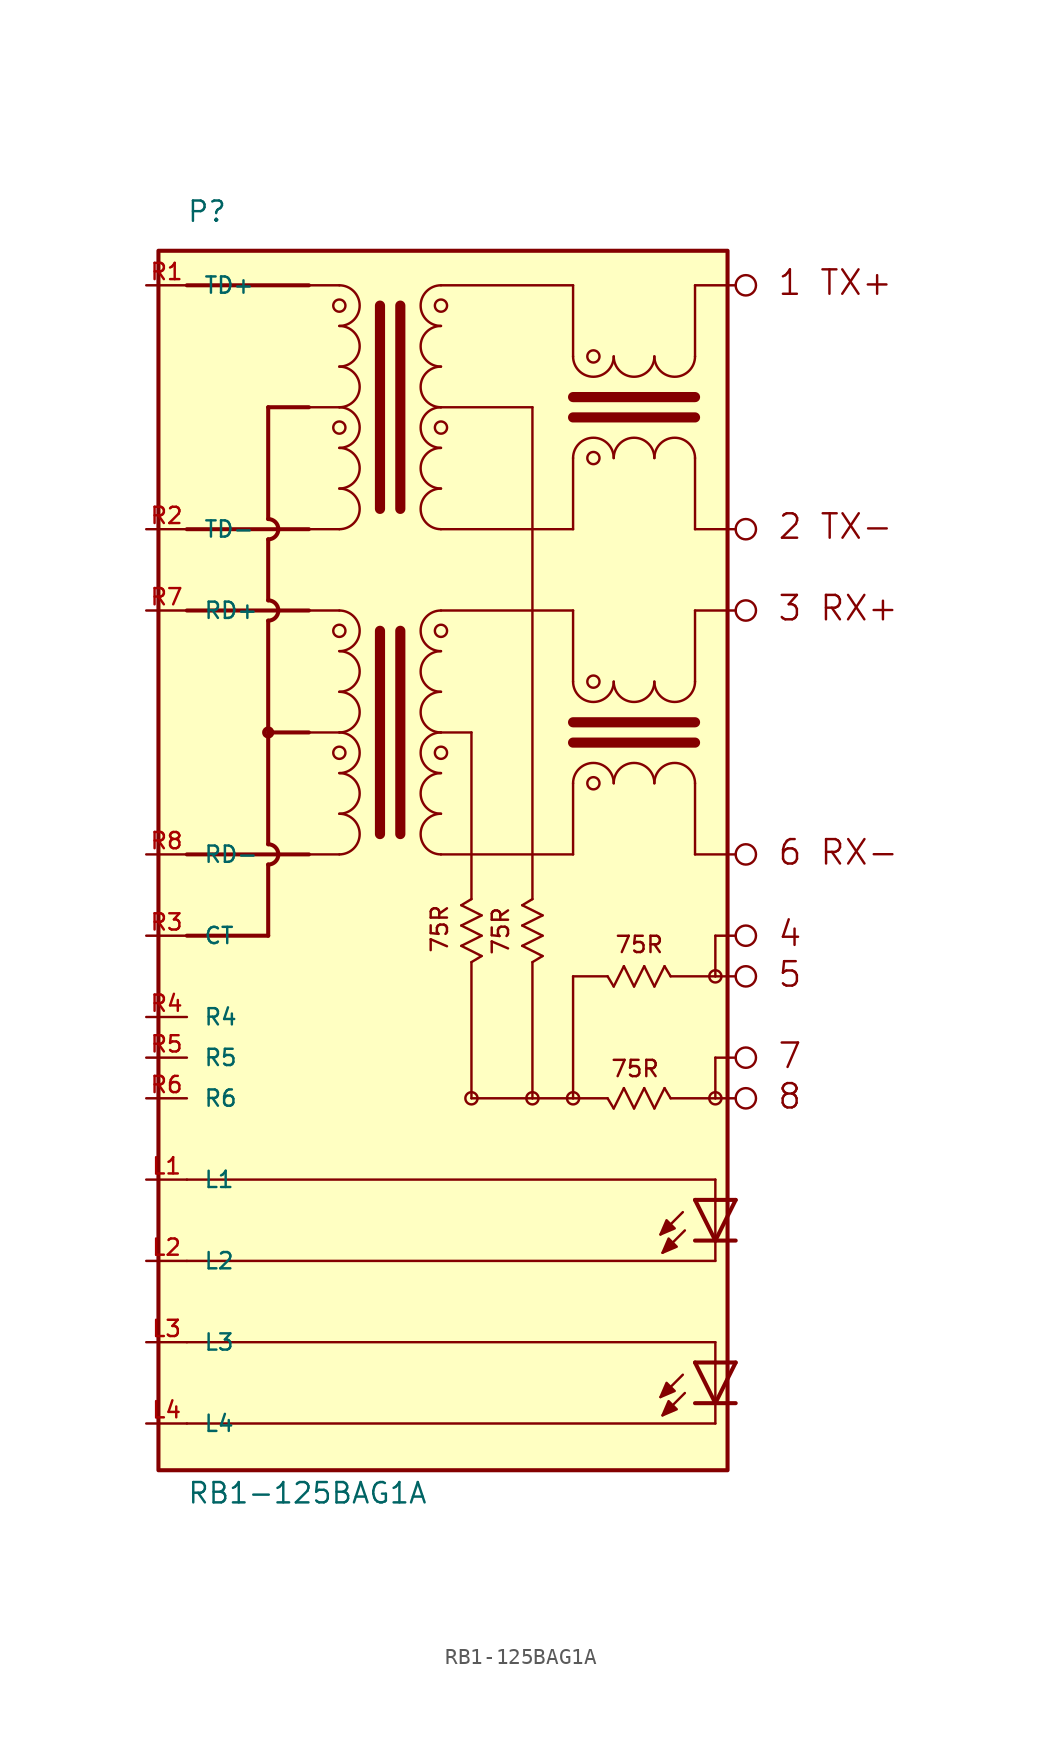
<source format=kicad_sym>
(kicad_symbol_lib
  (version 20241209)
  (generator "kicad_symbol_editor")
  (generator_version "9.0")
  (symbol "RB1-125BAG1A"
    (pin_names
      (offset 1.016))
    (property "Reference" "P"
      (at -17.805 39.426 0)
      (effects (font (size 1.27 1.27)) (justify left bottom)))
    (property "Value" "RB1-125BAG1A"
      (at -17.785 -40.652 0)
      (effects (font (size 1.27 1.27)) (justify left bottom)))
    (symbol "RB1-125BAG1A_0_0"
      (rectangle (start -19.558 -38.481) (end 16.002 37.719) (stroke (width 0.254) (type default)) (fill (type background)))
      (polyline (pts (xy -17.78 35.56) (xy -10.16 35.56)) (stroke (width 0.254) (type default)) (fill (type none)))
      (polyline (pts (xy -17.78 20.32) (xy -12.065 20.32)) (stroke (width 0.254) (type default)) (fill (type none)))
      (polyline (pts (xy -17.78 15.24) (xy -12.065 15.24)) (stroke (width 0.254) (type default)) (fill (type none)))
      (polyline (pts (xy -17.78 0) (xy -12.065 0)) (stroke (width 0.254) (type default)) (fill (type none)))
      (polyline (pts (xy -17.78 -20.32) (xy 15.24 -20.32)) (stroke (width 0.152) (type default)) (fill (type none)))
      (polyline (pts (xy -17.78 -25.4) (xy 15.24 -25.4)) (stroke (width 0.152) (type default)) (fill (type none)))
      (polyline (pts (xy -17.78 -30.48) (xy 15.24 -30.48)) (stroke (width 0.152) (type default)) (fill (type none)))
      (polyline (pts (xy -17.78 -35.56) (xy 15.24 -35.56)) (stroke (width 0.152) (type default)) (fill (type none)))
      (polyline (pts (xy -12.7 27.94) (xy -12.7 20.955)) (stroke (width 0.254) (type default)) (fill (type none)))
      (arc (start -12.7 20.955) (mid -12.251 20.769) (end -12.065 20.32) (stroke (width 0.254) (type default)) (fill (type none)))
      (arc (start -12.065 20.32) (mid -12.251 19.871) (end -12.7 19.685) (stroke (width 0.254) (type default)) (fill (type none)))
      (polyline (pts (xy -12.7 19.685) (xy -12.7 15.875)) (stroke (width 0.254) (type default)) (fill (type none)))
      (arc (start -12.7 15.875) (mid -12.251 15.689) (end -12.065 15.24) (stroke (width 0.254) (type default)) (fill (type none)))
      (arc (start -12.065 15.24) (mid -12.251 14.791) (end -12.7 14.605) (stroke (width 0.254) (type default)) (fill (type none)))
      (polyline (pts (xy -12.7 14.605) (xy -12.7 0.635)) (stroke (width 0.254) (type default)) (fill (type none)))
      (circle (center -12.7 7.62) (radius 0.254) (stroke (width 0.254) (type default)) (fill (type none)))
      (arc (start -12.7 0.635) (mid -12.251 0.449) (end -12.065 0) (stroke (width 0.254) (type default)) (fill (type none)))
      (arc (start -12.065 0) (mid -12.251 -0.449) (end -12.7 -0.635) (stroke (width 0.254) (type default)) (fill (type none)))
      (polyline (pts (xy -12.7 -0.635) (xy -12.7 -5.08)) (stroke (width 0.254) (type default)) (fill (type none)))
      (polyline (pts (xy -12.7 -5.08) (xy -17.78 -5.08)) (stroke (width 0.254) (type default)) (fill (type none)))
      (polyline (pts (xy -12.065 20.32) (xy -10.16 20.32)) (stroke (width 0.254) (type default)) (fill (type none)))
      (polyline (pts (xy -12.065 15.24) (xy -10.16 15.24)) (stroke (width 0.254) (type default)) (fill (type none)))
      (polyline (pts (xy -12.065 0) (xy -10.16 0)) (stroke (width 0.254) (type default)) (fill (type none)))
      (polyline (pts (xy -10.16 35.56) (xy -8.255 35.56)) (stroke (width 0.152) (type default)) (fill (type none)))
      (polyline (pts (xy -10.16 27.94) (xy -12.7 27.94)) (stroke (width 0.254) (type default)) (fill (type none)))
      (polyline (pts (xy -10.16 27.94) (xy -8.255 27.94)) (stroke (width 0.152) (type default)) (fill (type none)))
      (polyline (pts (xy -10.16 20.32) (xy -8.255 20.32)) (stroke (width 0.152) (type default)) (fill (type none)))
      (polyline (pts (xy -10.16 15.24) (xy -8.255 15.24)) (stroke (width 0.152) (type default)) (fill (type none)))
      (polyline (pts (xy -10.16 7.62) (xy -12.7 7.62)) (stroke (width 0.254) (type default)) (fill (type none)))
      (polyline (pts (xy -10.16 7.62) (xy -8.255 7.62)) (stroke (width 0.152) (type default)) (fill (type none)))
      (polyline (pts (xy -10.16 0) (xy -8.255 0)) (stroke (width 0.152) (type default)) (fill (type none)))
      (arc (start -8.255 35.56) (mid -6.9905 34.29) (end -8.255 33.02) (stroke (width 0.1524) (type default)) (fill (type none)))
      (arc (start -8.255 33.02) (mid -6.9905 31.75) (end -8.255 30.48) (stroke (width 0.1524) (type default)) (fill (type none)))
      (arc (start -8.255 30.48) (mid -6.9905 29.21) (end -8.255 27.94) (stroke (width 0.1524) (type default)) (fill (type none)))
      (arc (start -8.255 27.94) (mid -6.9905 26.67) (end -8.255 25.4) (stroke (width 0.1524) (type default)) (fill (type none)))
      (arc (start -8.255 25.4) (mid -6.9905 24.13) (end -8.255 22.86) (stroke (width 0.1524) (type default)) (fill (type none)))
      (arc (start -8.255 22.86) (mid -6.9905 21.59) (end -8.255 20.32) (stroke (width 0.1524) (type default)) (fill (type none)))
      (arc (start -8.255 15.24) (mid -6.9905 13.97) (end -8.255 12.7) (stroke (width 0.1524) (type default)) (fill (type none)))
      (arc (start -8.255 12.7) (mid -6.9905 11.43) (end -8.255 10.16) (stroke (width 0.1524) (type default)) (fill (type none)))
      (arc (start -8.255 10.16) (mid -6.9905 8.89) (end -8.255 7.62) (stroke (width 0.1524) (type default)) (fill (type none)))
      (arc (start -8.255 7.62) (mid -6.9905 6.35) (end -8.255 5.08) (stroke (width 0.1524) (type default)) (fill (type none)))
      (arc (start -8.255 5.08) (mid -6.9905 3.81) (end -8.255 2.54) (stroke (width 0.1524) (type default)) (fill (type none)))
      (arc (start -8.255 2.54) (mid -6.9905 1.27) (end -8.255 0) (stroke (width 0.1524) (type default)) (fill (type none)))
      (circle (center -8.255 34.29) (radius 0.381) (stroke (width 0) (type default)) (fill (type none)))
      (circle (center -8.255 26.67) (radius 0.381) (stroke (width 0) (type default)) (fill (type none)))
      (circle (center -8.255 13.97) (radius 0.381) (stroke (width 0) (type default)) (fill (type none)))
      (circle (center -8.255 6.35) (radius 0.381) (stroke (width 0) (type default)) (fill (type none)))
      (polyline (pts (xy -5.715 34.29) (xy -5.715 21.59)) (stroke (width 0.635) (type default)) (fill (type none)))
      (polyline (pts (xy -5.715 13.97) (xy -5.715 1.27)) (stroke (width 0.635) (type default)) (fill (type none)))
      (polyline (pts (xy -4.445 34.29) (xy -4.445 21.59)) (stroke (width 0.635) (type default)) (fill (type none)))
      (polyline (pts (xy -4.445 13.97) (xy -4.445 1.27)) (stroke (width 0.635) (type default)) (fill (type none)))
      (polyline (pts (xy -1.905 35.56) (xy 6.35 35.56)) (stroke (width 0.152) (type default)) (fill (type none)))
      (circle (center -1.905 34.29) (radius 0.381) (stroke (width 0) (type default)) (fill (type none)))
      (polyline (pts (xy -1.905 27.94) (xy 3.81 27.94)) (stroke (width 0.152) (type default)) (fill (type none)))
      (circle (center -1.905 26.67) (radius 0.381) (stroke (width 0) (type default)) (fill (type none)))
      (polyline (pts (xy -1.905 15.24) (xy 6.35 15.24)) (stroke (width 0.152) (type default)) (fill (type none)))
      (circle (center -1.905 13.97) (radius 0.381) (stroke (width 0) (type default)) (fill (type none)))
      (polyline (pts (xy -1.905 7.62) (xy 0 7.62)) (stroke (width 0.152) (type default)) (fill (type none)))
      (circle (center -1.905 6.35) (radius 0.381) (stroke (width 0) (type default)) (fill (type none)))
      (arc (start -1.905 33.02) (mid -3.1694 34.29) (end -1.905 35.56) (stroke (width 0.1524) (type default)) (fill (type none)))
      (arc (start -1.905 30.48) (mid -3.1694 31.75) (end -1.905 33.02) (stroke (width 0.1524) (type default)) (fill (type none)))
      (arc (start -1.905 27.94) (mid -3.1694 29.21) (end -1.905 30.48) (stroke (width 0.1524) (type default)) (fill (type none)))
      (arc (start -1.905 25.4) (mid -3.1694 26.67) (end -1.905 27.94) (stroke (width 0.1524) (type default)) (fill (type none)))
      (arc (start -1.905 22.86) (mid -3.1694 24.13) (end -1.905 25.4) (stroke (width 0.1524) (type default)) (fill (type none)))
      (arc (start -1.905 20.32) (mid -3.1694 21.59) (end -1.905 22.86) (stroke (width 0.1524) (type default)) (fill (type none)))
      (arc (start -1.905 12.7) (mid -3.1694 13.97) (end -1.905 15.24) (stroke (width 0.1524) (type default)) (fill (type none)))
      (arc (start -1.905 10.16) (mid -3.1694 11.43) (end -1.905 12.7) (stroke (width 0.1524) (type default)) (fill (type none)))
      (arc (start -1.905 7.62) (mid -3.1694 8.89) (end -1.905 10.16) (stroke (width 0.1524) (type default)) (fill (type none)))
      (arc (start -1.905 5.08) (mid -3.1694 6.35) (end -1.905 7.62) (stroke (width 0.1524) (type default)) (fill (type none)))
      (arc (start -1.905 2.54) (mid -3.1694 3.81) (end -1.905 5.08) (stroke (width 0.1524) (type default)) (fill (type none)))
      (arc (start -1.905 0) (mid -3.1694 1.27) (end -1.905 2.54) (stroke (width 0.1524) (type default)) (fill (type none)))
      (polyline (pts (xy -0.635 -3.175) (xy 0.635 -3.81)) (stroke (width 0.152) (type default)) (fill (type none)))
      (polyline (pts (xy -0.635 -4.445) (xy 0.635 -5.08)) (stroke (width 0.152) (type default)) (fill (type none)))
      (polyline (pts (xy -0.635 -5.715) (xy 0.635 -6.35)) (stroke (width 0.152) (type default)) (fill (type none)))
      (polyline (pts (xy 0 7.62) (xy 0 -2.794)) (stroke (width 0.152) (type default)) (fill (type none)))
      (polyline (pts (xy 0 -2.794) (xy -0.635 -3.175)) (stroke (width 0.152) (type default)) (fill (type none)))
      (polyline (pts (xy 0 -6.731) (xy 0 -15.24)) (stroke (width 0.152) (type default)) (fill (type none)))
      (polyline (pts (xy 0 -15.24) (xy 3.81 -15.24)) (stroke (width 0.152) (type default)) (fill (type none)))
      (circle (center 0 -15.24) (radius 0.381) (stroke (width 0) (type default)) (fill (type none)))
      (polyline (pts (xy 0.635 -3.81) (xy -0.635 -4.445)) (stroke (width 0.152) (type default)) (fill (type none)))
      (polyline (pts (xy 0.635 -5.08) (xy -0.635 -5.715)) (stroke (width 0.152) (type default)) (fill (type none)))
      (polyline (pts (xy 0.635 -6.35) (xy 0 -6.731)) (stroke (width 0.152) (type default)) (fill (type none)))
      (polyline (pts (xy 3.175 -3.175) (xy 4.445 -3.81)) (stroke (width 0.152) (type default)) (fill (type none)))
      (polyline (pts (xy 3.175 -4.445) (xy 4.445 -5.08)) (stroke (width 0.152) (type default)) (fill (type none)))
      (polyline (pts (xy 3.175 -5.715) (xy 4.445 -6.35)) (stroke (width 0.152) (type default)) (fill (type none)))
      (polyline (pts (xy 3.81 27.94) (xy 3.81 -2.794)) (stroke (width 0.152) (type default)) (fill (type none)))
      (polyline (pts (xy 3.81 -2.794) (xy 3.175 -3.175)) (stroke (width 0.152) (type default)) (fill (type none)))
      (polyline (pts (xy 3.81 -6.731) (xy 3.81 -15.24)) (stroke (width 0.152) (type default)) (fill (type none)))
      (polyline (pts (xy 3.81 -15.24) (xy 6.35 -15.24)) (stroke (width 0.152) (type default)) (fill (type none)))
      (circle (center 3.81 -15.24) (radius 0.381) (stroke (width 0) (type default)) (fill (type none)))
      (polyline (pts (xy 4.445 -3.81) (xy 3.175 -4.445)) (stroke (width 0.152) (type default)) (fill (type none)))
      (polyline (pts (xy 4.445 -5.08) (xy 3.175 -5.715)) (stroke (width 0.152) (type default)) (fill (type none)))
      (polyline (pts (xy 4.445 -6.35) (xy 3.81 -6.731)) (stroke (width 0.152) (type default)) (fill (type none)))
      (polyline (pts (xy 6.35 35.56) (xy 6.35 31.115)) (stroke (width 0.152) (type default)) (fill (type none)))
      (polyline (pts (xy 6.35 28.575) (xy 13.97 28.575)) (stroke (width 0.635) (type default)) (fill (type none)))
      (polyline (pts (xy 6.35 27.305) (xy 13.97 27.305)) (stroke (width 0.635) (type default)) (fill (type none)))
      (polyline (pts (xy 6.35 20.32) (xy -1.905 20.32)) (stroke (width 0.152) (type default)) (fill (type none)))
      (polyline (pts (xy 6.35 20.32) (xy 6.35 24.765)) (stroke (width 0.152) (type default)) (fill (type none)))
      (polyline (pts (xy 6.35 15.24) (xy 6.35 10.795)) (stroke (width 0.152) (type default)) (fill (type none)))
      (polyline (pts (xy 6.35 8.255) (xy 13.97 8.255)) (stroke (width 0.635) (type default)) (fill (type none)))
      (polyline (pts (xy 6.35 6.985) (xy 13.97 6.985)) (stroke (width 0.635) (type default)) (fill (type none)))
      (polyline (pts (xy 6.35 0) (xy -1.905 0)) (stroke (width 0.152) (type default)) (fill (type none)))
      (polyline (pts (xy 6.35 0) (xy 6.35 4.445)) (stroke (width 0.152) (type default)) (fill (type none)))
      (polyline (pts (xy 6.35 -7.62) (xy 6.35 -15.24)) (stroke (width 0.152) (type default)) (fill (type none)))
      (polyline (pts (xy 6.35 -15.24) (xy 8.509 -15.24)) (stroke (width 0.152) (type default)) (fill (type none)))
      (circle (center 6.35 -15.24) (radius 0.381) (stroke (width 0) (type default)) (fill (type none)))
      (arc (start 8.89 31.115) (mid 7.62 29.8505) (end 6.35 31.115) (stroke (width 0.1524) (type default)) (fill (type none)))
      (circle (center 7.62 31.115) (radius 0.381) (stroke (width 0) (type default)) (fill (type none)))
      (circle (center 7.62 24.765) (radius 0.381) (stroke (width 0) (type default)) (fill (type none)))
      (arc (start 6.35 24.765) (mid 7.62 26.0294) (end 8.89 24.765) (stroke (width 0.1524) (type default)) (fill (type none)))
      (arc (start 8.89 10.795) (mid 7.62 9.5305) (end 6.35 10.795) (stroke (width 0.1524) (type default)) (fill (type none)))
      (circle (center 7.62 10.795) (radius 0.381) (stroke (width 0) (type default)) (fill (type none)))
      (circle (center 7.62 4.445) (radius 0.381) (stroke (width 0) (type default)) (fill (type none)))
      (arc (start 6.35 4.445) (mid 7.62 5.7094) (end 8.89 4.445) (stroke (width 0.1524) (type default)) (fill (type none)))
      (polyline (pts (xy 8.509 -7.62) (xy 6.35 -7.62)) (stroke (width 0.152) (type default)) (fill (type none)))
      (polyline (pts (xy 8.509 -7.62) (xy 8.89 -8.255)) (stroke (width 0.152) (type default)) (fill (type none)))
      (polyline (pts (xy 8.509 -15.24) (xy 8.89 -15.875)) (stroke (width 0.152) (type default)) (fill (type none)))
      (polyline (pts (xy 8.89 -8.255) (xy 9.525 -6.985)) (stroke (width 0.152) (type default)) (fill (type none)))
      (polyline (pts (xy 8.89 -15.875) (xy 9.525 -14.605)) (stroke (width 0.152) (type default)) (fill (type none)))
      (polyline (pts (xy 9.525 -6.985) (xy 10.16 -8.255)) (stroke (width 0.152) (type default)) (fill (type none)))
      (polyline (pts (xy 9.525 -14.605) (xy 10.16 -15.875)) (stroke (width 0.152) (type default)) (fill (type none)))
      (arc (start 11.43 31.115) (mid 10.16 29.8505) (end 8.89 31.115) (stroke (width 0.1524) (type default)) (fill (type none)))
      (arc (start 8.89 24.765) (mid 10.16 26.0294) (end 11.43 24.765) (stroke (width 0.1524) (type default)) (fill (type none)))
      (arc (start 11.43 10.795) (mid 10.16 9.5305) (end 8.89 10.795) (stroke (width 0.1524) (type default)) (fill (type none)))
      (arc (start 8.89 4.445) (mid 10.16 5.7094) (end 11.43 4.445) (stroke (width 0.1524) (type default)) (fill (type none)))
      (polyline (pts (xy 10.16 -8.255) (xy 10.795 -6.985)) (stroke (width 0.152) (type default)) (fill (type none)))
      (polyline (pts (xy 10.16 -15.875) (xy 10.795 -14.605)) (stroke (width 0.152) (type default)) (fill (type none)))
      (polyline (pts (xy 10.795 -6.985) (xy 11.43 -8.255)) (stroke (width 0.152) (type default)) (fill (type none)))
      (polyline (pts (xy 10.795 -14.605) (xy 11.43 -15.875)) (stroke (width 0.152) (type default)) (fill (type none)))
      (polyline (pts (xy 11.43 -8.255) (xy 12.065 -6.985)) (stroke (width 0.152) (type default)) (fill (type none)))
      (polyline (pts (xy 11.43 -15.875) (xy 12.065 -14.605)) (stroke (width 0.152) (type default)) (fill (type none)))
      (polyline (pts (xy 11.811 -23.749) (xy 12.192 -22.86) (xy 12.7 -23.368) (xy 11.811 -23.749)) (stroke (width 0.152) (type default)) (fill (type outline)))
      (polyline (pts (xy 11.811 -33.909) (xy 12.192 -33.02) (xy 12.7 -33.528) (xy 11.811 -33.909)) (stroke (width 0.152) (type default)) (fill (type outline)))
      (polyline (pts (xy 11.938 -24.892) (xy 12.319 -24.003) (xy 12.827 -24.511) (xy 11.938 -24.892)) (stroke (width 0.152) (type default)) (fill (type outline)))
      (polyline (pts (xy 11.938 -35.052) (xy 12.319 -34.163) (xy 12.827 -34.671) (xy 11.938 -35.052)) (stroke (width 0.152) (type default)) (fill (type outline)))
      (polyline (pts (xy 12.065 -6.985) (xy 12.446 -7.62)) (stroke (width 0.152) (type default)) (fill (type none)))
      (polyline (pts (xy 12.065 -14.605) (xy 12.446 -15.24)) (stroke (width 0.152) (type default)) (fill (type none)))
      (polyline (pts (xy 12.446 -15.24) (xy 15.24 -15.24)) (stroke (width 0.152) (type default)) (fill (type none)))
      (arc (start 13.97 31.115) (mid 12.7 29.8505) (end 11.43 31.115) (stroke (width 0.1524) (type default)) (fill (type none)))
      (arc (start 11.43 24.765) (mid 12.7 26.0294) (end 13.97 24.765) (stroke (width 0.1524) (type default)) (fill (type none)))
      (arc (start 13.97 10.795) (mid 12.7 9.5305) (end 11.43 10.795) (stroke (width 0.1524) (type default)) (fill (type none)))
      (arc (start 11.43 4.445) (mid 12.7 5.7094) (end 13.97 4.445) (stroke (width 0.1524) (type default)) (fill (type none)))
      (polyline (pts (xy 13.208 -22.352) (xy 11.811 -23.749)) (stroke (width 0.152) (type default)) (fill (type none)))
      (polyline (pts (xy 13.208 -32.512) (xy 11.811 -33.909)) (stroke (width 0.152) (type default)) (fill (type none)))
      (polyline (pts (xy 13.335 -23.495) (xy 11.938 -24.892)) (stroke (width 0.152) (type default)) (fill (type none)))
      (polyline (pts (xy 13.335 -33.655) (xy 11.938 -35.052)) (stroke (width 0.152) (type default)) (fill (type none)))
      (polyline (pts (xy 13.97 35.56) (xy 16.51 35.56)) (stroke (width 0.152) (type default)) (fill (type none)))
      (polyline (pts (xy 13.97 31.115) (xy 13.97 35.56)) (stroke (width 0.152) (type default)) (fill (type none)))
      (polyline (pts (xy 13.97 24.765) (xy 13.97 20.32)) (stroke (width 0.152) (type default)) (fill (type none)))
      (polyline (pts (xy 13.97 20.32) (xy 16.51 20.32)) (stroke (width 0.152) (type default)) (fill (type none)))
      (polyline (pts (xy 13.97 15.24) (xy 16.51 15.24)) (stroke (width 0.152) (type default)) (fill (type none)))
      (polyline (pts (xy 13.97 10.795) (xy 13.97 15.24)) (stroke (width 0.152) (type default)) (fill (type none)))
      (polyline (pts (xy 13.97 4.445) (xy 13.97 0)) (stroke (width 0.152) (type default)) (fill (type none)))
      (polyline (pts (xy 13.97 0) (xy 16.51 0)) (stroke (width 0.152) (type default)) (fill (type none)))
      (polyline (pts (xy 15.24 -5.08) (xy 15.24 -7.62)) (stroke (width 0.152) (type default)) (fill (type none)))
      (polyline (pts (xy 15.24 -7.62) (xy 12.446 -7.62)) (stroke (width 0.152) (type default)) (fill (type none)))
      (polyline (pts (xy 15.24 -7.62) (xy 16.51 -7.62)) (stroke (width 0.152) (type default)) (fill (type none)))
      (circle (center 15.24 -7.62) (radius 0.381) (stroke (width 0) (type default)) (fill (type none)))
      (polyline (pts (xy 15.24 -12.7) (xy 15.24 -15.24)) (stroke (width 0.152) (type default)) (fill (type none)))
      (polyline (pts (xy 15.24 -15.24) (xy 16.51 -15.24)) (stroke (width 0.152) (type default)) (fill (type none)))
      (circle (center 15.24 -15.24) (radius 0.381) (stroke (width 0) (type default)) (fill (type none)))
      (polyline (pts (xy 15.24 -20.32) (xy 15.24 -21.59)) (stroke (width 0.152) (type default)) (fill (type none)))
      (polyline (pts (xy 15.24 -21.59) (xy 13.97 -21.59)) (stroke (width 0.254) (type default)) (fill (type none)))
      (polyline (pts (xy 15.24 -21.59) (xy 15.24 -24.13)) (stroke (width 0.152) (type default)) (fill (type none)))
      (polyline (pts (xy 15.24 -24.13) (xy 13.97 -21.59)) (stroke (width 0.254) (type default)) (fill (type none)))
      (polyline (pts (xy 15.24 -24.13) (xy 13.97 -24.13)) (stroke (width 0.254) (type default)) (fill (type none)))
      (polyline (pts (xy 15.24 -25.4) (xy 15.24 -24.13)) (stroke (width 0.152) (type default)) (fill (type none)))
      (polyline (pts (xy 15.24 -30.48) (xy 15.24 -31.75)) (stroke (width 0.152) (type default)) (fill (type none)))
      (polyline (pts (xy 15.24 -31.75) (xy 13.97 -31.75)) (stroke (width 0.254) (type default)) (fill (type none)))
      (polyline (pts (xy 15.24 -31.75) (xy 15.24 -34.29)) (stroke (width 0.152) (type default)) (fill (type none)))
      (polyline (pts (xy 15.24 -34.29) (xy 13.97 -31.75)) (stroke (width 0.254) (type default)) (fill (type none)))
      (polyline (pts (xy 15.24 -34.29) (xy 13.97 -34.29)) (stroke (width 0.254) (type default)) (fill (type none)))
      (polyline (pts (xy 15.24 -35.56) (xy 15.24 -34.29)) (stroke (width 0.152) (type default)) (fill (type none)))
      (polyline (pts (xy 16.51 -5.08) (xy 15.24 -5.08)) (stroke (width 0.152) (type default)) (fill (type none)))
      (polyline (pts (xy 16.51 -12.7) (xy 15.24 -12.7)) (stroke (width 0.152) (type default)) (fill (type none)))
      (polyline (pts (xy 16.51 -21.59) (xy 15.24 -21.59)) (stroke (width 0.254) (type default)) (fill (type none)))
      (polyline (pts (xy 16.51 -21.59) (xy 15.24 -24.13)) (stroke (width 0.254) (type default)) (fill (type none)))
      (polyline (pts (xy 16.51 -24.13) (xy 15.24 -24.13)) (stroke (width 0.254) (type default)) (fill (type none)))
      (polyline (pts (xy 16.51 -31.75) (xy 15.24 -31.75)) (stroke (width 0.254) (type default)) (fill (type none)))
      (polyline (pts (xy 16.51 -31.75) (xy 15.24 -34.29)) (stroke (width 0.254) (type default)) (fill (type none)))
      (polyline (pts (xy 16.51 -34.29) (xy 15.24 -34.29)) (stroke (width 0.254) (type default)) (fill (type none)))
      (circle (center 17.145 35.56) (radius 0.635) (stroke (width 0.152) (type default)) (fill (type none)))
      (circle (center 17.145 20.32) (radius 0.635) (stroke (width 0.152) (type default)) (fill (type none)))
      (circle (center 17.145 15.24) (radius 0.635) (stroke (width 0.152) (type default)) (fill (type none)))
      (circle (center 17.145 0) (radius 0.635) (stroke (width 0.152) (type default)) (fill (type none)))
      (circle (center 17.145 -5.08) (radius 0.635) (stroke (width 0.152) (type default)) (fill (type none)))
      (circle (center 17.145 -7.62) (radius 0.635) (stroke (width 0.152) (type default)) (fill (type none)))
      (circle (center 17.145 -12.7) (radius 0.635) (stroke (width 0.152) (type default)) (fill (type none)))
      (circle (center 17.145 -15.24) (radius 0.635) (stroke (width 0.152) (type default)) (fill (type none)))
      (text "75R" (at -1.398 -6.227 900) (effects (font (size 1.017 1.017)) (justify left bottom)))
      (text "75R" (at 2.418 -6.362 900) (effects (font (size 1.018 1.018)) (justify left bottom)))
      (text "75R" (at 8.646 -13.987 0) (effects (font (size 1.017 1.017)) (justify left bottom)))
      (text "75R" (at 8.906 -6.234 0) (effects (font (size 1.018 1.018)) (justify left bottom)))
      (text "8" (at 19.056 -16.007 0) (effects (font (size 1.524 1.524)) (justify left bottom)))
      (text "7" (at 19.069 -13.475 0) (effects (font (size 1.526 1.526)) (justify left bottom)))
      (text "1 TX+" (at 19.071 34.837 0) (effects (font (size 1.526 1.526)) (justify left bottom)))
      (text "4" (at 19.071 -5.848 0) (effects (font (size 1.526 1.526)) (justify left bottom)))
      (text "3 RX+" (at 19.072 14.495 0) (effects (font (size 1.526 1.526)) (justify left bottom)))
      (text "5" (at 19.072 -8.392 0) (effects (font (size 1.526 1.526)) (justify left bottom)))
      (text "6 RX-" (at 19.079 -0.763 0) (effects (font (size 1.526 1.526)) (justify left bottom)))
      (text "2 TX-" (at 19.085 19.594 0) (effects (font (size 1.527 1.527)) (justify left bottom)))
      (pin input line (at -20.32 35.56 0) (length 2.54) (name "TD+" (effects (font (size 1.016 1.016)))) (number "R1" (effects (font (size 1.016 1.016)))))
      (pin input line (at -20.32 20.32 0) (length 2.54) (name "TD-" (effects (font (size 1.016 1.016)))) (number "R2" (effects (font (size 1.016 1.016)))))
      (pin input line (at -20.32 15.24 0) (length 2.54) (name "RD+" (effects (font (size 1.016 1.016)))) (number "R7" (effects (font (size 1.016 1.016)))))
      (pin input line (at -20.32 0 0) (length 2.54) (name "RD-" (effects (font (size 1.016 1.016)))) (number "R8" (effects (font (size 1.016 1.016)))))
      (pin input line (at -20.32 -5.08 0) (length 2.54) (name "CT" (effects (font (size 1.016 1.016)))) (number "R3" (effects (font (size 1.016 1.016)))))
      (pin input line (at -20.32 -10.16 0) (length 2.54) (name "R4" (effects (font (size 1.016 1.016)))) (number "R4" (effects (font (size 1.016 1.016)))))
      (pin input line (at -20.32 -12.7 0) (length 2.54) (name "R5" (effects (font (size 1.016 1.016)))) (number "R5" (effects (font (size 1.016 1.016)))))
      (pin input line (at -20.32 -15.24 0) (length 2.54) (name "R6" (effects (font (size 1.016 1.016)))) (number "R6" (effects (font (size 1.016 1.016)))))
      (pin passive line (at -20.32 -20.32 0) (length 2.54) (name "L1" (effects (font (size 1.016 1.016)))) (number "L1" (effects (font (size 1.016 1.016)))))
      (pin passive line (at -20.32 -25.4 0) (length 2.54) (name "L2" (effects (font (size 1.016 1.016)))) (number "L2" (effects (font (size 1.016 1.016)))))
      (pin passive line (at -20.32 -30.48 0) (length 2.54) (name "L3" (effects (font (size 1.016 1.016)))) (number "L3" (effects (font (size 1.016 1.016)))))
      (pin passive line (at -20.32 -35.56 0) (length 2.54) (name "L4" (effects (font (size 1.016 1.016)))) (number "L4" (effects (font (size 1.016 1.016))))))))
</source>
